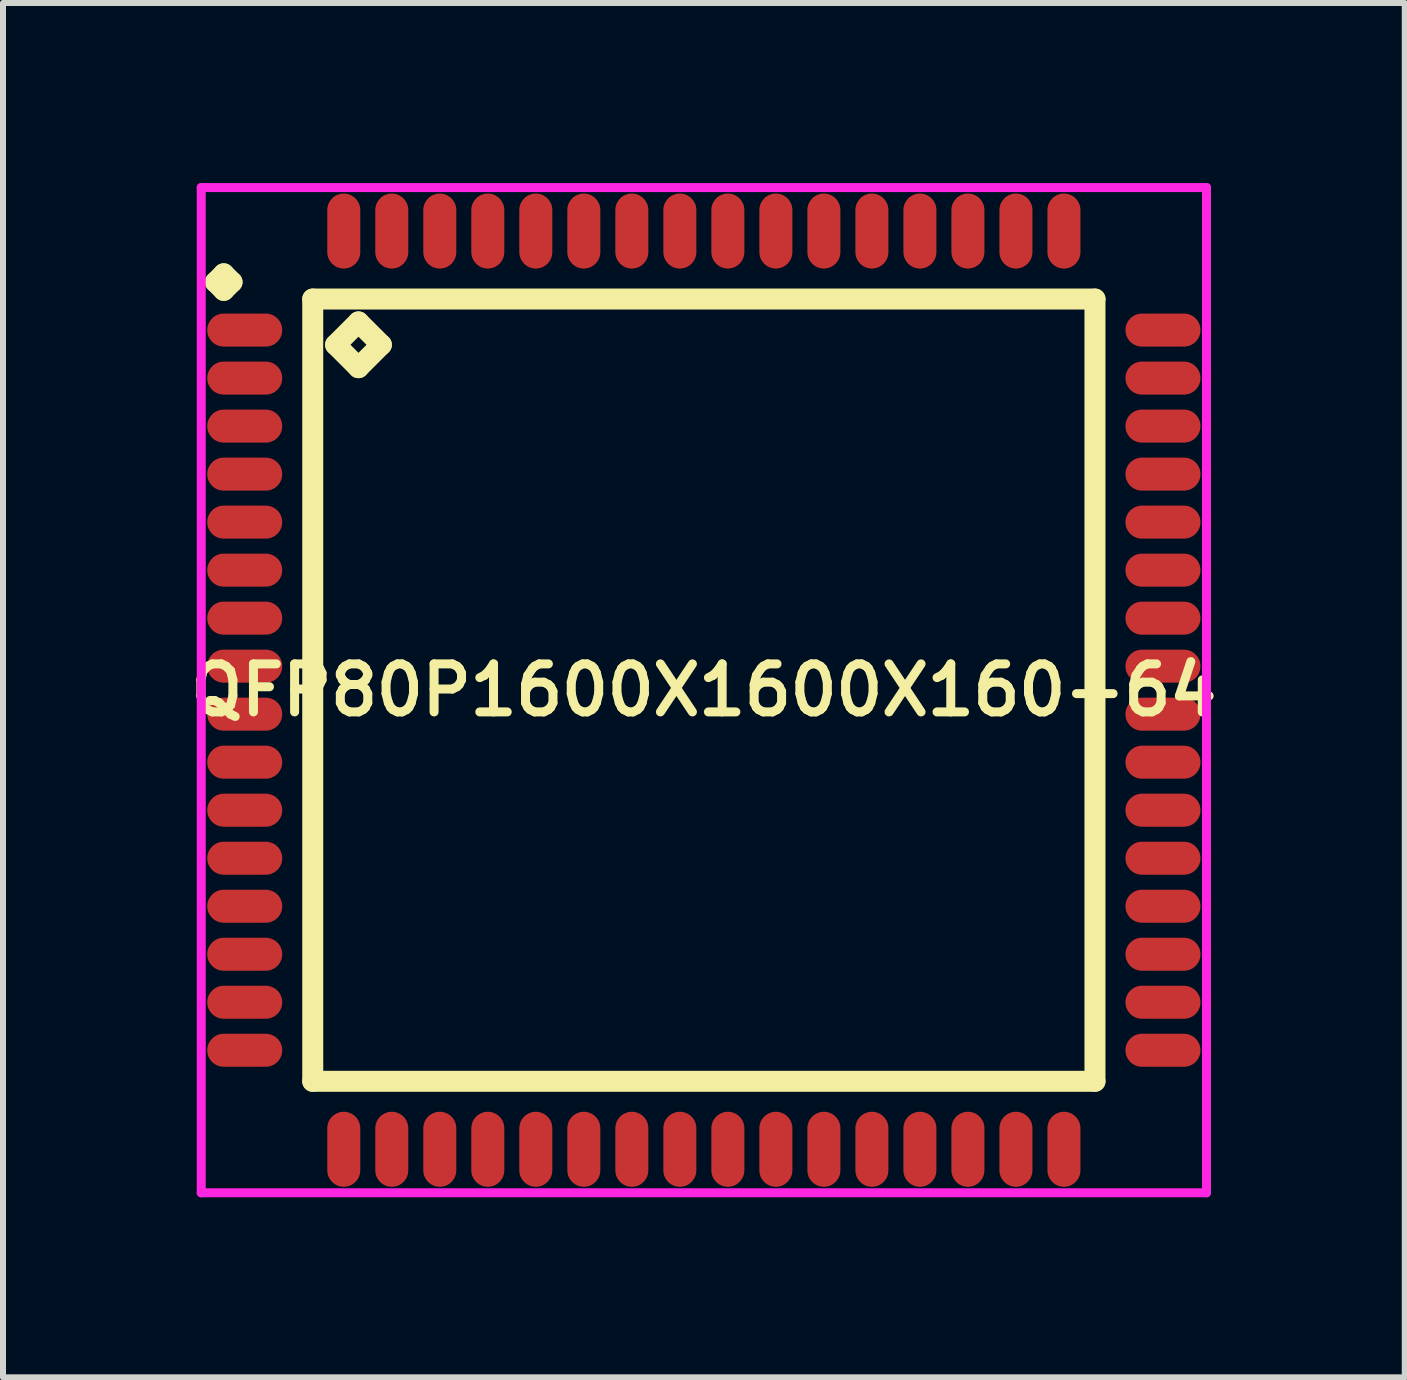
<source format=kicad_pcb>
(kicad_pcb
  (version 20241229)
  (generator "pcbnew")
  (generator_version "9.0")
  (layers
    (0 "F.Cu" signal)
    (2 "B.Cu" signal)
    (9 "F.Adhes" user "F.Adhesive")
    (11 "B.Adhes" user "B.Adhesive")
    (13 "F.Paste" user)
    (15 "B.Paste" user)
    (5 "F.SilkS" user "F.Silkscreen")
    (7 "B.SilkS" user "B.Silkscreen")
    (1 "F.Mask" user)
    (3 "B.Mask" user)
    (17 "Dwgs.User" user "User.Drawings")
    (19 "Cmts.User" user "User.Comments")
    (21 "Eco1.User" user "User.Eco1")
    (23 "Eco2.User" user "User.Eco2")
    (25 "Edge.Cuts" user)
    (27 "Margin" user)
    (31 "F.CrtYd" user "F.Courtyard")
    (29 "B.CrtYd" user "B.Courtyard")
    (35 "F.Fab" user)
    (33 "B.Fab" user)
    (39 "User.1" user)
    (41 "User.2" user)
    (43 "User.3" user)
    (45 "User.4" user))
  (footprint "QFP80P1600X1600X160-64"
    (layer "F.Cu")
    (at 8.678 8.45)
    (property "Reference" "QFP80P1600X1600X160-64" (at 0 0 0) (layer "F.SilkS") (effects (font (size 0.8 0.8) (thickness 0.15))))
    (attr smd)
    (fp_line (start -8.137 -6.8) (end -8 -6.938) (stroke (width 0.35) (type solid)) (layer "F.SilkS"))
    (fp_line (start -8 -6.938) (end -7.862 -6.8) (stroke (width 0.35) (type solid)) (layer "F.SilkS"))
    (fp_line (start -8 -6.662) (end -8.137 -6.8) (stroke (width 0.35) (type solid)) (layer "F.SilkS"))
    (fp_line (start -7.862 -6.8) (end -8 -6.662) (stroke (width 0.35) (type solid)) (layer "F.SilkS"))
    (fp_line (start -6.517 -6.517) (end -6.517 6.517) (stroke (width 0.35) (type solid)) (layer "F.SilkS"))
    (fp_line (start -6.517 6.517) (end 6.517 6.517) (stroke (width 0.35) (type solid)) (layer "F.SilkS"))
    (fp_line (start -6.136 -5.755) (end -5.755 -6.136) (stroke (width 0.35) (type solid)) (layer "F.SilkS"))
    (fp_line (start -5.755 -6.136) (end -5.374 -5.755) (stroke (width 0.35) (type solid)) (layer "F.SilkS"))
    (fp_line (start -5.755 -5.374) (end -6.136 -5.755) (stroke (width 0.35) (type solid)) (layer "F.SilkS"))
    (fp_line (start -5.374 -5.755) (end -5.755 -5.374) (stroke (width 0.35) (type solid)) (layer "F.SilkS"))
    (fp_line (start 6.517 -6.517) (end -6.517 -6.517) (stroke (width 0.35) (type solid)) (layer "F.SilkS"))
    (fp_line (start 6.517 6.517) (end 6.517 -6.517) (stroke (width 0.35) (type solid)) (layer "F.SilkS"))
    (fp_line (start -8.375 -8.375) (end 8.375 -8.375) (stroke (width 0.15) (type solid)) (layer "F.CrtYd"))
    (fp_line (start -8.375 8.375) (end -8.375 -8.375) (stroke (width 0.15) (type solid)) (layer "F.CrtYd"))
    (fp_line (start 8.375 -8.375) (end 8.375 8.375) (stroke (width 0.15) (type solid)) (layer "F.CrtYd"))
    (fp_line (start 8.375 8.375) (end -8.375 8.375) (stroke (width 0.15) (type solid)) (layer "F.CrtYd"))
    (pad "1" smd oval (at -7.65 -6) (size 1.25 0.55) (layers "F.Cu" "F.Mask" "F.Paste"))
    (pad "2" smd oval (at -7.65 -5.2) (size 1.25 0.55) (layers "F.Cu" "F.Mask" "F.Paste"))
    (pad "3" smd oval (at -7.65 -4.4) (size 1.25 0.55) (layers "F.Cu" "F.Mask" "F.Paste"))
    (pad "4" smd oval (at -7.65 -3.6) (size 1.25 0.55) (layers "F.Cu" "F.Mask" "F.Paste"))
    (pad "5" smd oval (at -7.65 -2.8) (size 1.25 0.55) (layers "F.Cu" "F.Mask" "F.Paste"))
    (pad "6" smd oval (at -7.65 -2) (size 1.25 0.55) (layers "F.Cu" "F.Mask" "F.Paste"))
    (pad "7" smd oval (at -7.65 -1.2) (size 1.25 0.55) (layers "F.Cu" "F.Mask" "F.Paste"))
    (pad "8" smd oval (at -7.65 -0.4) (size 1.25 0.55) (layers "F.Cu" "F.Mask" "F.Paste"))
    (pad "9" smd oval (at -7.65 0.4) (size 1.25 0.55) (layers "F.Cu" "F.Mask" "F.Paste"))
    (pad "10" smd oval (at -7.65 1.2) (size 1.25 0.55) (layers "F.Cu" "F.Mask" "F.Paste"))
    (pad "11" smd oval (at -7.65 2) (size 1.25 0.55) (layers "F.Cu" "F.Mask" "F.Paste"))
    (pad "12" smd oval (at -7.65 2.8) (size 1.25 0.55) (layers "F.Cu" "F.Mask" "F.Paste"))
    (pad "13" smd oval (at -7.65 3.6) (size 1.25 0.55) (layers "F.Cu" "F.Mask" "F.Paste"))
    (pad "14" smd oval (at -7.65 4.4) (size 1.25 0.55) (layers "F.Cu" "F.Mask" "F.Paste"))
    (pad "15" smd oval (at -7.65 5.2) (size 1.25 0.55) (layers "F.Cu" "F.Mask" "F.Paste"))
    (pad "16" smd oval (at -7.65 6) (size 1.25 0.55) (layers "F.Cu" "F.Mask" "F.Paste"))
    (pad "17" smd oval (at -6 7.65) (size 0.55 1.25) (layers "F.Cu" "F.Mask" "F.Paste"))
    (pad "18" smd oval (at -5.2 7.65) (size 0.55 1.25) (layers "F.Cu" "F.Mask" "F.Paste"))
    (pad "19" smd oval (at -4.4 7.65) (size 0.55 1.25) (layers "F.Cu" "F.Mask" "F.Paste"))
    (pad "20" smd oval (at -3.6 7.65) (size 0.55 1.25) (layers "F.Cu" "F.Mask" "F.Paste"))
    (pad "21" smd oval (at -2.8 7.65) (size 0.55 1.25) (layers "F.Cu" "F.Mask" "F.Paste"))
    (pad "22" smd oval (at -2 7.65) (size 0.55 1.25) (layers "F.Cu" "F.Mask" "F.Paste"))
    (pad "23" smd oval (at -1.2 7.65) (size 0.55 1.25) (layers "F.Cu" "F.Mask" "F.Paste"))
    (pad "24" smd oval (at -0.4 7.65) (size 0.55 1.25) (layers "F.Cu" "F.Mask" "F.Paste"))
    (pad "25" smd oval (at 0.4 7.65) (size 0.55 1.25) (layers "F.Cu" "F.Mask" "F.Paste"))
    (pad "26" smd oval (at 1.2 7.65) (size 0.55 1.25) (layers "F.Cu" "F.Mask" "F.Paste"))
    (pad "27" smd oval (at 2 7.65) (size 0.55 1.25) (layers "F.Cu" "F.Mask" "F.Paste"))
    (pad "28" smd oval (at 2.8 7.65) (size 0.55 1.25) (layers "F.Cu" "F.Mask" "F.Paste"))
    (pad "29" smd oval (at 3.6 7.65) (size 0.55 1.25) (layers "F.Cu" "F.Mask" "F.Paste"))
    (pad "30" smd oval (at 4.4 7.65) (size 0.55 1.25) (layers "F.Cu" "F.Mask" "F.Paste"))
    (pad "31" smd oval (at 5.2 7.65) (size 0.55 1.25) (layers "F.Cu" "F.Mask" "F.Paste"))
    (pad "32" smd oval (at 6 7.65) (size 0.55 1.25) (layers "F.Cu" "F.Mask" "F.Paste"))
    (pad "33" smd oval (at 7.65 6) (size 1.25 0.55) (layers "F.Cu" "F.Mask" "F.Paste"))
    (pad "34" smd oval (at 7.65 5.2) (size 1.25 0.55) (layers "F.Cu" "F.Mask" "F.Paste"))
    (pad "35" smd oval (at 7.65 4.4) (size 1.25 0.55) (layers "F.Cu" "F.Mask" "F.Paste"))
    (pad "36" smd oval (at 7.65 3.6) (size 1.25 0.55) (layers "F.Cu" "F.Mask" "F.Paste"))
    (pad "37" smd oval (at 7.65 2.8) (size 1.25 0.55) (layers "F.Cu" "F.Mask" "F.Paste"))
    (pad "38" smd oval (at 7.65 2) (size 1.25 0.55) (layers "F.Cu" "F.Mask" "F.Paste"))
    (pad "39" smd oval (at 7.65 1.2) (size 1.25 0.55) (layers "F.Cu" "F.Mask" "F.Paste"))
    (pad "40" smd oval (at 7.65 0.4) (size 1.25 0.55) (layers "F.Cu" "F.Mask" "F.Paste"))
    (pad "41" smd oval (at 7.65 -0.4) (size 1.25 0.55) (layers "F.Cu" "F.Mask" "F.Paste"))
    (pad "42" smd oval (at 7.65 -1.2) (size 1.25 0.55) (layers "F.Cu" "F.Mask" "F.Paste"))
    (pad "43" smd oval (at 7.65 -2) (size 1.25 0.55) (layers "F.Cu" "F.Mask" "F.Paste"))
    (pad "44" smd oval (at 7.65 -2.8) (size 1.25 0.55) (layers "F.Cu" "F.Mask" "F.Paste"))
    (pad "45" smd oval (at 7.65 -3.6) (size 1.25 0.55) (layers "F.Cu" "F.Mask" "F.Paste"))
    (pad "46" smd oval (at 7.65 -4.4) (size 1.25 0.55) (layers "F.Cu" "F.Mask" "F.Paste"))
    (pad "47" smd oval (at 7.65 -5.2) (size 1.25 0.55) (layers "F.Cu" "F.Mask" "F.Paste"))
    (pad "48" smd oval (at 7.65 -6) (size 1.25 0.55) (layers "F.Cu" "F.Mask" "F.Paste"))
    (pad "49" smd oval (at 6 -7.65) (size 0.55 1.25) (layers "F.Cu" "F.Mask" "F.Paste"))
    (pad "50" smd oval (at 5.2 -7.65) (size 0.55 1.25) (layers "F.Cu" "F.Mask" "F.Paste"))
    (pad "51" smd oval (at 4.4 -7.65) (size 0.55 1.25) (layers "F.Cu" "F.Mask" "F.Paste"))
    (pad "52" smd oval (at 3.6 -7.65) (size 0.55 1.25) (layers "F.Cu" "F.Mask" "F.Paste"))
    (pad "53" smd oval (at 2.8 -7.65) (size 0.55 1.25) (layers "F.Cu" "F.Mask" "F.Paste"))
    (pad "54" smd oval (at 2 -7.65) (size 0.55 1.25) (layers "F.Cu" "F.Mask" "F.Paste"))
    (pad "55" smd oval (at 1.2 -7.65) (size 0.55 1.25) (layers "F.Cu" "F.Mask" "F.Paste"))
    (pad "56" smd oval (at 0.4 -7.65) (size 0.55 1.25) (layers "F.Cu" "F.Mask" "F.Paste"))
    (pad "57" smd oval (at -0.4 -7.65) (size 0.55 1.25) (layers "F.Cu" "F.Mask" "F.Paste"))
    (pad "58" smd oval (at -1.2 -7.65) (size 0.55 1.25) (layers "F.Cu" "F.Mask" "F.Paste"))
    (pad "59" smd oval (at -2 -7.65) (size 0.55 1.25) (layers "F.Cu" "F.Mask" "F.Paste"))
    (pad "60" smd oval (at -2.8 -7.65) (size 0.55 1.25) (layers "F.Cu" "F.Mask" "F.Paste"))
    (pad "61" smd oval (at -3.6 -7.65) (size 0.55 1.25) (layers "F.Cu" "F.Mask" "F.Paste"))
    (pad "62" smd oval (at -4.4 -7.65) (size 0.55 1.25) (layers "F.Cu" "F.Mask" "F.Paste"))
    (pad "63" smd oval (at -5.2 -7.65) (size 0.55 1.25) (layers "F.Cu" "F.Mask" "F.Paste"))
    (pad "64" smd oval (at -6 -7.65) (size 0.55 1.25) (layers "F.Cu" "F.Mask" "F.Paste")))
  (gr_rect
    (start -3 -3)
    (end 20.357 19.9)
    (stroke (width 0.1) (type default))
    (fill no)
    (layer "Edge.Cuts")))
</source>
